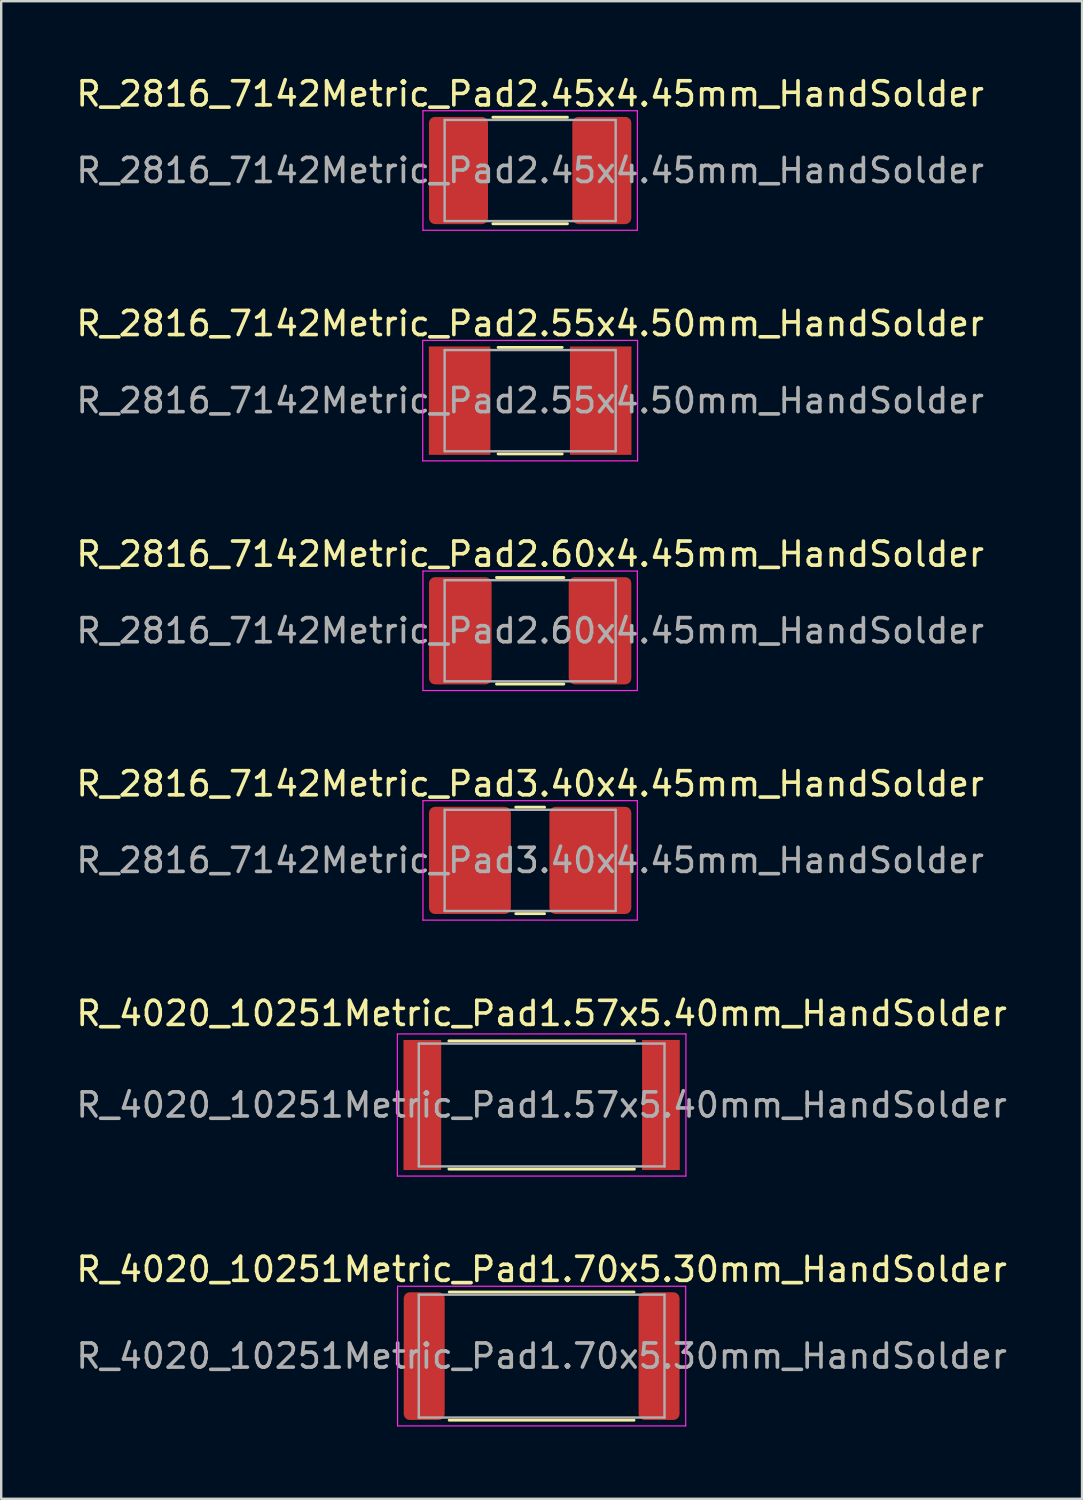
<source format=kicad_pcb>
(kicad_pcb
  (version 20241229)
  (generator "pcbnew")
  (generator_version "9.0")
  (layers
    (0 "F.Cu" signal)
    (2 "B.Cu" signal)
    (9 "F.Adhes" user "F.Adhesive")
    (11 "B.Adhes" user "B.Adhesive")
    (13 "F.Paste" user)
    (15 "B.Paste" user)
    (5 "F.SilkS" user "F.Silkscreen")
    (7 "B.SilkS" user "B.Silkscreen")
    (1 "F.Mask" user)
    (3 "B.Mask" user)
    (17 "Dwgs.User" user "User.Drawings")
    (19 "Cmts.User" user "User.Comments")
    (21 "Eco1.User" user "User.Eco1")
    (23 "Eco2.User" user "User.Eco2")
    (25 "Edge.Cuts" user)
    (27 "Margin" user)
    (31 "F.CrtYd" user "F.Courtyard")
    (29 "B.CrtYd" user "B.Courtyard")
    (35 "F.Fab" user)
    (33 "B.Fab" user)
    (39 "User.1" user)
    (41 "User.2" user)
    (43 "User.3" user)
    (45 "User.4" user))
  (footprint "R_2816_7142Metric_Pad2.55x4.50mm_HandSolder"
    (layer "F.Cu")
    (at 18.958 13.582)
    (property "Reference" "R_2816_7142Metric_Pad2.55x4.50mm_HandSolder" (at 0 -3.2 0) (layer "F.SilkS") (effects (font (size 1 1) (thickness 0.15))))
    (attr smd)
    (fp_line (start -1.33 -2.21) (end 1.33 -2.21) (stroke (width 0.12) (type solid)) (layer "F.SilkS"))
    (fp_line (start -1.33 2.21) (end 1.33 2.21) (stroke (width 0.12) (type solid)) (layer "F.SilkS"))
    (fp_line (start -4.46 -2.5) (end 4.46 -2.5) (stroke (width 0.05) (type solid)) (layer "F.CrtYd"))
    (fp_line (start -4.46 2.5) (end -4.46 -2.5) (stroke (width 0.05) (type solid)) (layer "F.CrtYd"))
    (fp_line (start 4.46 -2.5) (end 4.46 2.5) (stroke (width 0.05) (type solid)) (layer "F.CrtYd"))
    (fp_line (start 4.46 2.5) (end -4.46 2.5) (stroke (width 0.05) (type solid)) (layer "F.CrtYd"))
    (fp_line (start -3.55 -2.1) (end 3.55 -2.1) (stroke (width 0.1) (type solid)) (layer "F.Fab"))
    (fp_line (start -3.55 2.1) (end -3.55 -2.1) (stroke (width 0.1) (type solid)) (layer "F.Fab"))
    (fp_line (start 3.55 -2.1) (end 3.55 2.1) (stroke (width 0.1) (type solid)) (layer "F.Fab"))
    (fp_line (start 3.55 2.1) (end -3.55 2.1) (stroke (width 0.1) (type solid)) (layer "F.Fab"))
    (fp_text user "${REFERENCE}" (at 0 0 0) (layer "F.Fab") (effects (font (size 1 1) (thickness 0.15))))
    (pad "1" smd rect (at -2.928 0) (size 2.555 4.5) (layers "F.Cu" "F.Mask" "F.Paste"))
    (pad "2" smd rect (at 2.928 0) (size 2.555 4.5) (layers "F.Cu" "F.Mask" "F.Paste")))
  (footprint "R_4020_10251Metric_Pad1.70x5.30mm_HandSolder"
    (layer "F.Cu")
    (at 19.435 53.245)
    (property "Reference" "R_4020_10251Metric_Pad1.70x5.30mm_HandSolder" (at 0 -3.6 0) (layer "F.SilkS") (effects (font (size 1 1) (thickness 0.15))))
    (attr smd)
    (fp_line (start -3.836 -2.66) (end 3.836 -2.66) (stroke (width 0.12) (type solid)) (layer "F.SilkS"))
    (fp_line (start -3.836 2.66) (end 3.836 2.66) (stroke (width 0.12) (type solid)) (layer "F.SilkS"))
    (fp_line (start -5.98 -2.9) (end 5.98 -2.9) (stroke (width 0.05) (type solid)) (layer "F.CrtYd"))
    (fp_line (start -5.98 2.9) (end -5.98 -2.9) (stroke (width 0.05) (type solid)) (layer "F.CrtYd"))
    (fp_line (start 5.98 -2.9) (end 5.98 2.9) (stroke (width 0.05) (type solid)) (layer "F.CrtYd"))
    (fp_line (start 5.98 2.9) (end -5.98 2.9) (stroke (width 0.05) (type solid)) (layer "F.CrtYd"))
    (fp_line (start -5.1 -2.55) (end 5.1 -2.55) (stroke (width 0.1) (type solid)) (layer "F.Fab"))
    (fp_line (start -5.1 2.55) (end -5.1 -2.55) (stroke (width 0.1) (type solid)) (layer "F.Fab"))
    (fp_line (start 5.1 -2.55) (end 5.1 2.55) (stroke (width 0.1) (type solid)) (layer "F.Fab"))
    (fp_line (start 5.1 2.55) (end -5.1 2.55) (stroke (width 0.1) (type solid)) (layer "F.Fab"))
    (fp_text user "${REFERENCE}" (at 0 0 0) (layer "F.Fab") (effects (font (size 1 1) (thickness 0.15))))
    (pad "1" smd roundrect (at -4.875 0) (size 1.7 5.3) (layers "F.Cu" "F.Mask" "F.Paste") (roundrect_rratio 0.147))
    (pad "2" smd roundrect (at 4.875 0) (size 1.7 5.3) (layers "F.Cu" "F.Mask" "F.Paste") (roundrect_rratio 0.147)))
  (footprint "R_2816_7142Metric_Pad2.45x4.45mm_HandSolder"
    (layer "F.Cu")
    (at 18.958 4.028)
    (property "Reference" "R_2816_7142Metric_Pad2.45x4.45mm_HandSolder" (at 0 -3.18 0) (layer "F.SilkS") (effects (font (size 1 1) (thickness 0.15))))
    (attr smd)
    (fp_line (start -1.547 -2.21) (end 1.547 -2.21) (stroke (width 0.12) (type solid)) (layer "F.SilkS"))
    (fp_line (start -1.547 2.21) (end 1.547 2.21) (stroke (width 0.12) (type solid)) (layer "F.SilkS"))
    (fp_line (start -4.45 -2.48) (end 4.45 -2.48) (stroke (width 0.05) (type solid)) (layer "F.CrtYd"))
    (fp_line (start -4.45 2.48) (end -4.45 -2.48) (stroke (width 0.05) (type solid)) (layer "F.CrtYd"))
    (fp_line (start 4.45 -2.48) (end 4.45 2.48) (stroke (width 0.05) (type solid)) (layer "F.CrtYd"))
    (fp_line (start 4.45 2.48) (end -4.45 2.48) (stroke (width 0.05) (type solid)) (layer "F.CrtYd"))
    (fp_line (start -3.55 -2.1) (end 3.55 -2.1) (stroke (width 0.1) (type solid)) (layer "F.Fab"))
    (fp_line (start -3.55 2.1) (end -3.55 -2.1) (stroke (width 0.1) (type solid)) (layer "F.Fab"))
    (fp_line (start 3.55 -2.1) (end 3.55 2.1) (stroke (width 0.1) (type solid)) (layer "F.Fab"))
    (fp_line (start 3.55 2.1) (end -3.55 2.1) (stroke (width 0.1) (type solid)) (layer "F.Fab"))
    (fp_text user "${REFERENCE}" (at 0 0 0) (layer "F.Fab") (effects (font (size 1 1) (thickness 0.15))))
    (pad "1" smd roundrect (at -2.975 0) (size 2.45 4.45) (layers "F.Cu" "F.Mask" "F.Paste") (roundrect_rratio 0.102))
    (pad "2" smd roundrect (at 2.975 0) (size 2.45 4.45) (layers "F.Cu" "F.Mask" "F.Paste") (roundrect_rratio 0.102)))
  (footprint "R_2816_7142Metric_Pad2.60x4.45mm_HandSolder"
    (layer "F.Cu")
    (at 18.958 23.135)
    (property "Reference" "R_2816_7142Metric_Pad2.60x4.45mm_HandSolder" (at 0 -3.18 0) (layer "F.SilkS") (effects (font (size 1 1) (thickness 0.15))))
    (attr smd)
    (fp_line (start -1.397 -2.21) (end 1.397 -2.21) (stroke (width 0.12) (type solid)) (layer "F.SilkS"))
    (fp_line (start -1.397 2.21) (end 1.397 2.21) (stroke (width 0.12) (type solid)) (layer "F.SilkS"))
    (fp_line (start -4.45 -2.48) (end 4.45 -2.48) (stroke (width 0.05) (type solid)) (layer "F.CrtYd"))
    (fp_line (start -4.45 2.48) (end -4.45 -2.48) (stroke (width 0.05) (type solid)) (layer "F.CrtYd"))
    (fp_line (start 4.45 -2.48) (end 4.45 2.48) (stroke (width 0.05) (type solid)) (layer "F.CrtYd"))
    (fp_line (start 4.45 2.48) (end -4.45 2.48) (stroke (width 0.05) (type solid)) (layer "F.CrtYd"))
    (fp_line (start -3.55 -2.1) (end 3.55 -2.1) (stroke (width 0.1) (type solid)) (layer "F.Fab"))
    (fp_line (start -3.55 2.1) (end -3.55 -2.1) (stroke (width 0.1) (type solid)) (layer "F.Fab"))
    (fp_line (start 3.55 -2.1) (end 3.55 2.1) (stroke (width 0.1) (type solid)) (layer "F.Fab"))
    (fp_line (start 3.55 2.1) (end -3.55 2.1) (stroke (width 0.1) (type solid)) (layer "F.Fab"))
    (fp_text user "${REFERENCE}" (at 0 0 0) (layer "F.Fab") (effects (font (size 1 1) (thickness 0.15))))
    (pad "1" smd roundrect (at -2.9 0) (size 2.6 4.45) (layers "F.Cu" "F.Mask" "F.Paste") (roundrect_rratio 0.096))
    (pad "2" smd roundrect (at 2.9 0) (size 2.6 4.45) (layers "F.Cu" "F.Mask" "F.Paste") (roundrect_rratio 0.096)))
  (footprint "R_2816_7142Metric_Pad3.40x4.45mm_HandSolder"
    (layer "F.Cu")
    (at 18.958 32.668)
    (property "Reference" "R_2816_7142Metric_Pad3.40x4.45mm_HandSolder" (at 0 -3.18 0) (layer "F.SilkS") (effects (font (size 1 1) (thickness 0.15))))
    (attr smd)
    (fp_line (start -0.597 -2.21) (end 0.597 -2.21) (stroke (width 0.12) (type solid)) (layer "F.SilkS"))
    (fp_line (start -0.597 2.21) (end 0.597 2.21) (stroke (width 0.12) (type solid)) (layer "F.SilkS"))
    (fp_line (start -4.45 -2.48) (end 4.45 -2.48) (stroke (width 0.05) (type solid)) (layer "F.CrtYd"))
    (fp_line (start -4.45 2.48) (end -4.45 -2.48) (stroke (width 0.05) (type solid)) (layer "F.CrtYd"))
    (fp_line (start 4.45 -2.48) (end 4.45 2.48) (stroke (width 0.05) (type solid)) (layer "F.CrtYd"))
    (fp_line (start 4.45 2.48) (end -4.45 2.48) (stroke (width 0.05) (type solid)) (layer "F.CrtYd"))
    (fp_line (start -3.55 -2.1) (end 3.55 -2.1) (stroke (width 0.1) (type solid)) (layer "F.Fab"))
    (fp_line (start -3.55 2.1) (end -3.55 -2.1) (stroke (width 0.1) (type solid)) (layer "F.Fab"))
    (fp_line (start 3.55 -2.1) (end 3.55 2.1) (stroke (width 0.1) (type solid)) (layer "F.Fab"))
    (fp_line (start 3.55 2.1) (end -3.55 2.1) (stroke (width 0.1) (type solid)) (layer "F.Fab"))
    (fp_text user "${REFERENCE}" (at 0 0 0) (layer "F.Fab") (effects (font (size 1 1) (thickness 0.15))))
    (pad "1" smd roundrect (at -2.5 0) (size 3.4 4.45) (layers "F.Cu" "F.Mask" "F.Paste") (roundrect_rratio 0.074))
    (pad "2" smd roundrect (at 2.5 0) (size 3.4 4.45) (layers "F.Cu" "F.Mask" "F.Paste") (roundrect_rratio 0.074)))
  (footprint "R_4020_10251Metric_Pad1.57x5.40mm_HandSolder"
    (layer "F.Cu")
    (at 19.435 42.821)
    (property "Reference" "R_4020_10251Metric_Pad1.57x5.40mm_HandSolder" (at 0 -3.8 0) (layer "F.SilkS") (effects (font (size 1 1) (thickness 0.15))))
    (attr smd)
    (fp_line (start -3.85 -2.66) (end 3.85 -2.66) (stroke (width 0.12) (type solid)) (layer "F.SilkS"))
    (fp_line (start -3.85 2.66) (end 3.85 2.66) (stroke (width 0.12) (type solid)) (layer "F.SilkS"))
    (fp_line (start -5.99 -2.95) (end 5.99 -2.95) (stroke (width 0.05) (type solid)) (layer "F.CrtYd"))
    (fp_line (start -5.99 2.95) (end -5.99 -2.95) (stroke (width 0.05) (type solid)) (layer "F.CrtYd"))
    (fp_line (start 5.99 -2.95) (end 5.99 2.95) (stroke (width 0.05) (type solid)) (layer "F.CrtYd"))
    (fp_line (start 5.99 2.95) (end -5.99 2.95) (stroke (width 0.05) (type solid)) (layer "F.CrtYd"))
    (fp_line (start -5.1 -2.55) (end 5.1 -2.55) (stroke (width 0.1) (type solid)) (layer "F.Fab"))
    (fp_line (start -5.1 2.55) (end -5.1 -2.55) (stroke (width 0.1) (type solid)) (layer "F.Fab"))
    (fp_line (start 5.1 -2.55) (end 5.1 2.55) (stroke (width 0.1) (type solid)) (layer "F.Fab"))
    (fp_line (start 5.1 2.55) (end -5.1 2.55) (stroke (width 0.1) (type solid)) (layer "F.Fab"))
    (fp_text user "${REFERENCE}" (at 0 0 0) (layer "F.Fab") (effects (font (size 1 1) (thickness 0.15))))
    (pad "1" smd rect (at -4.952 0) (size 1.565 5.4) (layers "F.Cu" "F.Mask" "F.Paste"))
    (pad "2" smd rect (at 4.952 0) (size 1.565 5.4) (layers "F.Cu" "F.Mask" "F.Paste")))
  (gr_rect
    (start -3 -3)
    (end 41.869 59.169)
    (stroke (width 0.1) (type default))
    (fill no)
    (layer "Edge.Cuts")))
</source>
